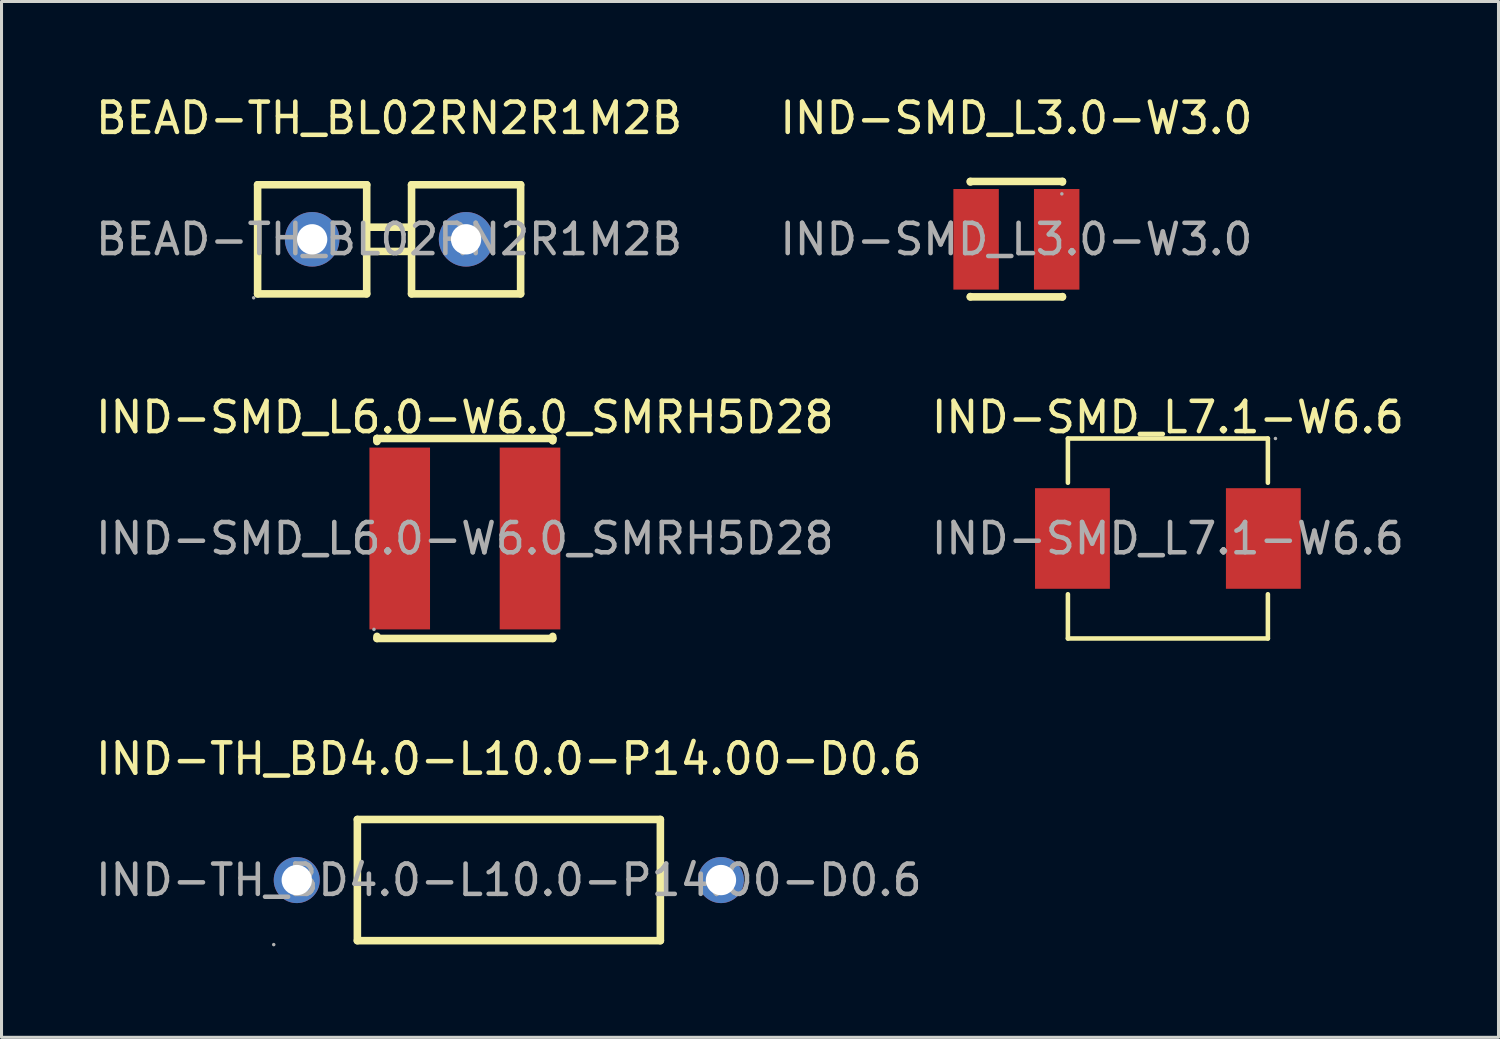
<source format=kicad_pcb>
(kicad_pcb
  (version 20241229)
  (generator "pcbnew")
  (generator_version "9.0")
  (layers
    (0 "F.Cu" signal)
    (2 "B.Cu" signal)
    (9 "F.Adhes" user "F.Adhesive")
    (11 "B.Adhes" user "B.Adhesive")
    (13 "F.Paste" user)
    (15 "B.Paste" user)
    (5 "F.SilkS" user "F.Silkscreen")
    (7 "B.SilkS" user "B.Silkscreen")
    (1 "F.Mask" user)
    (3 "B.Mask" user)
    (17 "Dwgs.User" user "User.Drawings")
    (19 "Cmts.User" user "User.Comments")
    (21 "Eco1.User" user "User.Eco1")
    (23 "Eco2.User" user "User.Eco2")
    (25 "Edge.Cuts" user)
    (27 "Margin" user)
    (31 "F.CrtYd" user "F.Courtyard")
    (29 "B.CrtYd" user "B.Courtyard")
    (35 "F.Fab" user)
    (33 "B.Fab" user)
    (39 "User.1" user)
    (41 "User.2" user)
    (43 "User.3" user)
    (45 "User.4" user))
  (footprint "IND-TH_BD4.0-L10.0-P14.00-D0.6"
    (layer "F.Cu")
    (at 13.744 25.995)
    (property "Reference" "IND-TH_BD4.0-L10.0-P14.00-D0.6" (at 0 -4 0) (layer "F.SilkS") (effects (font (size 1 1) (thickness 0.15))))
    (attr through_hole)
    (fp_line (start -5 -2) (end 5 -2) (stroke (width 0.25) (type solid)) (layer "F.SilkS"))
    (fp_line (start -5 2) (end -5 -2) (stroke (width 0.25) (type solid)) (layer "F.SilkS"))
    (fp_line (start -5 2) (end 5 2) (stroke (width 0.25) (type solid)) (layer "F.SilkS"))
    (fp_line (start 5 2) (end 5 -2) (stroke (width 0.25) (type solid)) (layer "F.SilkS"))
    (fp_circle (center -7.76 2.13) (end -7.73 2.13) (stroke (width 0.06) (type solid)) (fill no) (layer "F.Fab"))
    (fp_circle (center -7 0) (end -6.8 0) (stroke (width 0.4) (type solid)) (fill no) (layer "F.Fab"))
    (fp_circle (center 7 0) (end 7.2 0) (stroke (width 0.4) (type solid)) (fill no) (layer "F.Fab"))
    (fp_text user "${REFERENCE}" (at 0 0 0) (layer "F.Fab") (effects (font (size 1 1) (thickness 0.15))))
    (pad "1" thru_hole circle (at -7 0) (size 1.52 1.52) (drill 1) (layers "*.Cu" "*.Paste" "*.Mask"))
    (pad "2" thru_hole circle (at 7 0) (size 1.52 1.52) (drill 1) (layers "*.Cu" "*.Paste" "*.Mask")))
  (footprint "IND-SMD_L6.0-W6.0_SMRH5D28"
    (layer "F.Cu")
    (at 12.292 14.722)
    (property "Reference" "IND-SMD_L6.0-W6.0_SMRH5D28" (at 0 -4 0) (layer "F.SilkS") (effects (font (size 1 1) (thickness 0.15))))
    (attr through_hole)
    (fp_line (start -2.9 -3.3) (end -2.9 -3.23) (stroke (width 0.25) (type solid)) (layer "F.SilkS"))
    (fp_line (start -2.9 -3.3) (end -2.9 -3.2) (stroke (width 0.25) (type solid)) (layer "F.SilkS"))
    (fp_line (start -2.9 3.23) (end -2.9 3.3) (stroke (width 0.25) (type solid)) (layer "F.SilkS"))
    (fp_line (start -2.9 3.3) (end 2.9 3.3) (stroke (width 0.25) (type solid)) (layer "F.SilkS"))
    (fp_line (start 2.9 -3.3) (end -2.9 -3.3) (stroke (width 0.25) (type solid)) (layer "F.SilkS"))
    (fp_line (start 2.9 -3.3) (end 2.9 -3.23) (stroke (width 0.25) (type solid)) (layer "F.SilkS"))
    (fp_line (start 2.9 -3.23) (end 2.9 -3.3) (stroke (width 0.25) (type solid)) (layer "F.SilkS"))
    (fp_line (start 2.9 3.3) (end 2.9 3.23) (stroke (width 0.25) (type solid)) (layer "F.SilkS"))
    (fp_circle (center -3 3) (end -2.97 3) (stroke (width 0.06) (type solid)) (fill no) (layer "F.Fab"))
    (fp_text user "${REFERENCE}" (at 0 0 0) (layer "F.Fab") (effects (font (size 1 1) (thickness 0.15))))
    (pad "1" smd rect (at -2.15 0 90) (size 6 2) (layers "F.Cu" "F.Mask" "F.Paste"))
    (pad "2" smd rect (at 2.15 0 90) (size 6 2) (layers "F.Cu" "F.Mask" "F.Paste")))
  (footprint "IND-SMD_L7.1-W6.6"
    (layer "F.Cu")
    (at 35.494 14.722)
    (property "Reference" "IND-SMD_L7.1-W6.6" (at 0 -4 0) (layer "F.SilkS") (effects (font (size 1 1) (thickness 0.15))))
    (attr through_hole)
    (fp_line (start -3.3 -3.3) (end -3.3 -1.84) (stroke (width 0.15) (type solid)) (layer "F.SilkS"))
    (fp_line (start -3.3 1.84) (end -3.3 3.3) (stroke (width 0.15) (type solid)) (layer "F.SilkS"))
    (fp_line (start -3.3 3.3) (end 3.3 3.3) (stroke (width 0.15) (type solid)) (layer "F.SilkS"))
    (fp_line (start 3.3 -3.3) (end -3.3 -3.3) (stroke (width 0.15) (type solid)) (layer "F.SilkS"))
    (fp_line (start 3.3 -1.84) (end 3.3 -3.3) (stroke (width 0.15) (type solid)) (layer "F.SilkS"))
    (fp_line (start 3.3 3.3) (end 3.3 1.84) (stroke (width 0.15) (type solid)) (layer "F.SilkS"))
    (fp_circle (center 3.55 -3.3) (end 3.58 -3.3) (stroke (width 0.06) (type solid)) (fill no) (layer "F.Fab"))
    (fp_text user "${REFERENCE}" (at 0 0 0) (layer "F.Fab") (effects (font (size 1 1) (thickness 0.15))))
    (pad "1" smd rect (at 3.15 0) (size 2.47 3.32) (layers "F.Cu" "F.Mask" "F.Paste"))
    (pad "2" smd rect (at -3.15 0) (size 2.47 3.32) (layers "F.Cu" "F.Mask" "F.Paste")))
  (footprint "IND-SMD_L3.0-W3.0"
    (layer "F.Cu")
    (at 30.494 4.848)
    (property "Reference" "IND-SMD_L3.0-W3.0" (at 0 -4 0) (layer "F.SilkS") (effects (font (size 1 1) (thickness 0.15))))
    (attr through_hole)
    (fp_line (start -1.52 -1.91) (end 1.52 -1.91) (stroke (width 0.25) (type solid)) (layer "F.SilkS"))
    (fp_line (start -1.52 -1.89) (end -1.52 -1.91) (stroke (width 0.25) (type solid)) (layer "F.SilkS"))
    (fp_line (start -1.52 1.9) (end -1.52 1.89) (stroke (width 0.25) (type solid)) (layer "F.SilkS"))
    (fp_line (start -1.52 1.9) (end 1.52 1.9) (stroke (width 0.25) (type solid)) (layer "F.SilkS"))
    (fp_line (start 1.52 -1.91) (end 1.52 -1.89) (stroke (width 0.25) (type solid)) (layer "F.SilkS"))
    (fp_line (start 1.52 1.89) (end 1.52 1.9) (stroke (width 0.25) (type solid)) (layer "F.SilkS"))
    (fp_circle (center 1.5 -1.5) (end 1.53 -1.5) (stroke (width 0.06) (type solid)) (fill no) (layer "F.Fab"))
    (fp_text user "${REFERENCE}" (at 0 0 0) (layer "F.Fab") (effects (font (size 1 1) (thickness 0.15))))
    (pad "1" smd rect (at 1.33 0) (size 1.5 3.32) (layers "F.Cu" "F.Mask" "F.Paste"))
    (pad "2" smd rect (at -1.33 0) (size 1.5 3.32) (layers "F.Cu" "F.Mask" "F.Paste")))
  (footprint "BEAD-TH_BL02RN2R1M2B"
    (layer "F.Cu")
    (at 9.792 4.848)
    (property "Reference" "BEAD-TH_BL02RN2R1M2B" (at 0 -4 0) (layer "F.SilkS") (effects (font (size 1 1) (thickness 0.15))))
    (attr through_hole)
    (fp_line (start -4.34 -1.8) (end -4.34 1.8) (stroke (width 0.25) (type solid)) (layer "F.SilkS"))
    (fp_line (start -4.34 -1.8) (end -0.74 -1.8) (stroke (width 0.25) (type solid)) (layer "F.SilkS"))
    (fp_line (start -4.34 1.8) (end -0.74 1.8) (stroke (width 0.25) (type solid)) (layer "F.SilkS"))
    (fp_line (start -0.74 -1.8) (end -0.74 1.8) (stroke (width 0.25) (type solid)) (layer "F.SilkS"))
    (fp_line (start -0.74 -0.4) (end 0.74 -0.4) (stroke (width 0.25) (type solid)) (layer "F.SilkS"))
    (fp_line (start -0.74 0.4) (end 0.74 0.4) (stroke (width 0.25) (type solid)) (layer "F.SilkS"))
    (fp_line (start 0.74 -1.8) (end 0.74 1.8) (stroke (width 0.25) (type solid)) (layer "F.SilkS"))
    (fp_line (start 0.74 -1.8) (end 4.34 -1.8) (stroke (width 0.25) (type solid)) (layer "F.SilkS"))
    (fp_line (start 0.74 1.8) (end 4.34 1.8) (stroke (width 0.25) (type solid)) (layer "F.SilkS"))
    (fp_line (start 4.34 -1.8) (end 4.34 1.8) (stroke (width 0.25) (type solid)) (layer "F.SilkS"))
    (fp_circle (center -4.47 1.93) (end -4.44 1.93) (stroke (width 0.06) (type solid)) (fill no) (layer "F.Fab"))
    (fp_circle (center -2.54 0) (end -2.34 0) (stroke (width 0.4) (type solid)) (fill no) (layer "F.Fab"))
    (fp_circle (center 2.54 0) (end 2.74 0) (stroke (width 0.4) (type solid)) (fill no) (layer "F.Fab"))
    (fp_text user "${REFERENCE}" (at 0 0 0) (layer "F.Fab") (effects (font (size 1 1) (thickness 0.15))))
    (pad "1" thru_hole circle (at -2.54 0) (size 1.8 1.8) (drill 1) (layers "*.Cu" "*.Paste" "*.Mask"))
    (pad "2" thru_hole circle (at 2.54 0) (size 1.8 1.8) (drill 1) (layers "*.Cu" "*.Paste" "*.Mask")))
  (gr_rect
    (start -3 -3)
    (end 46.405 31.185)
    (stroke (width 0.1) (type default))
    (fill no)
    (layer "Edge.Cuts")))
</source>
